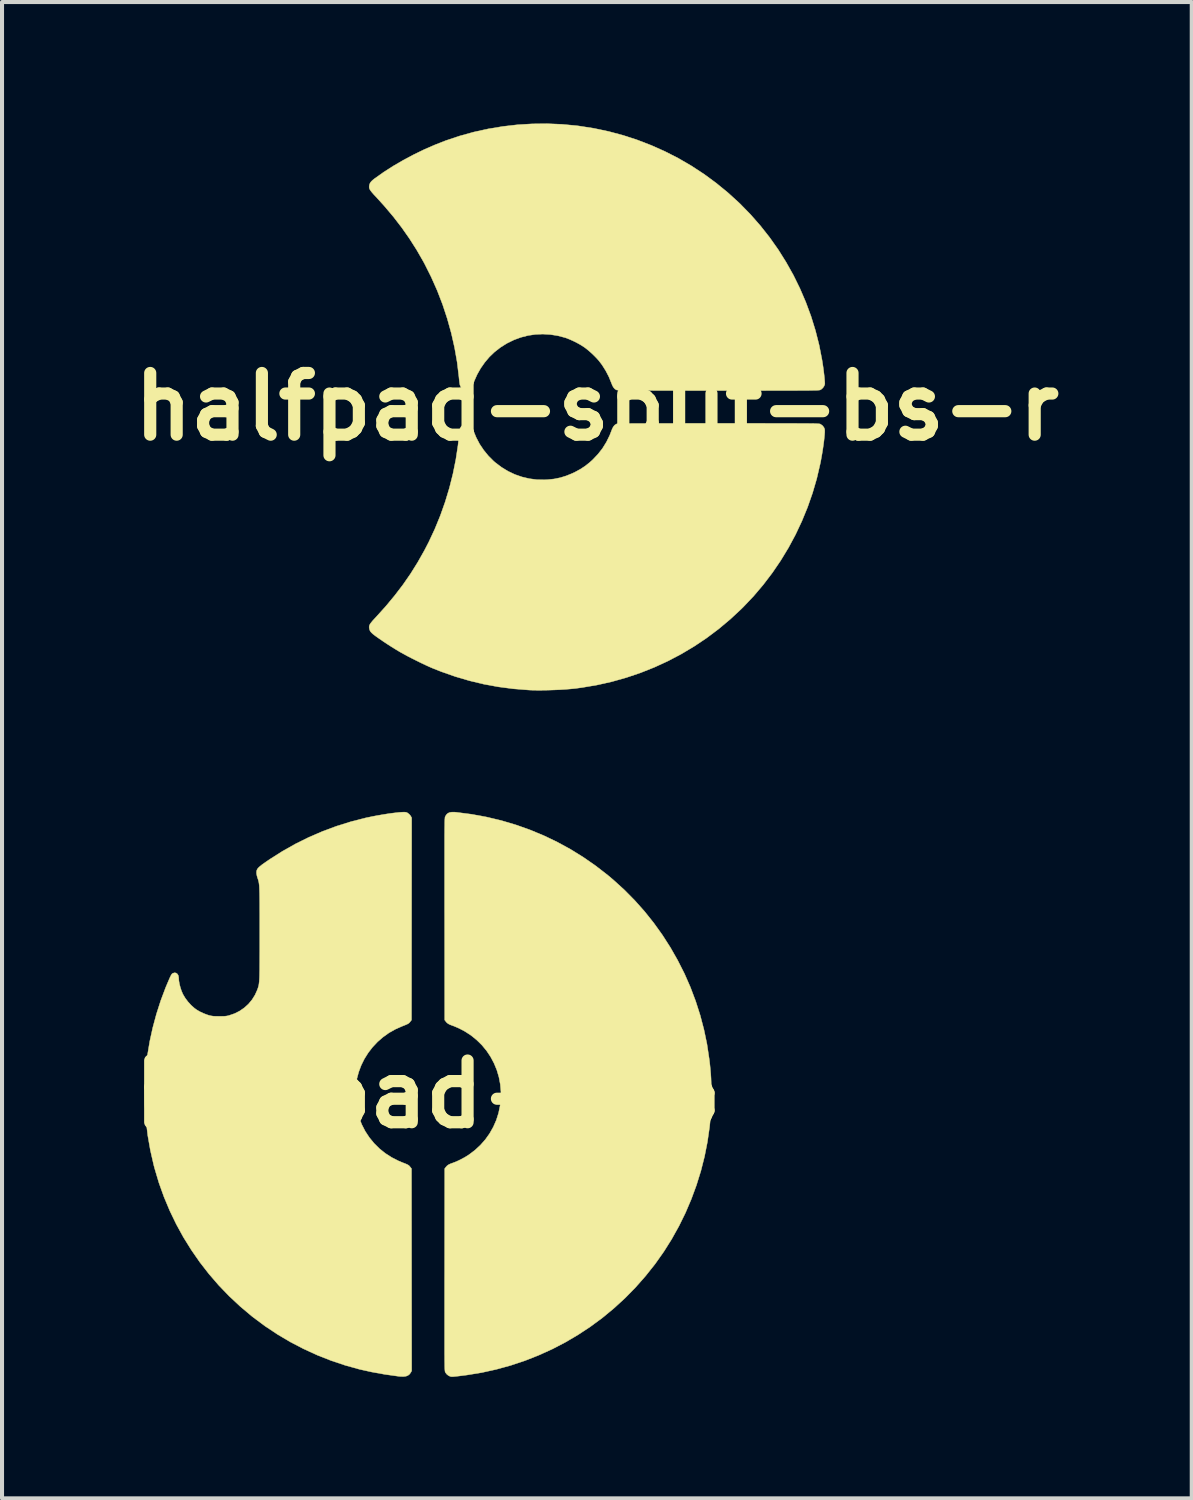
<source format=kicad_pcb>
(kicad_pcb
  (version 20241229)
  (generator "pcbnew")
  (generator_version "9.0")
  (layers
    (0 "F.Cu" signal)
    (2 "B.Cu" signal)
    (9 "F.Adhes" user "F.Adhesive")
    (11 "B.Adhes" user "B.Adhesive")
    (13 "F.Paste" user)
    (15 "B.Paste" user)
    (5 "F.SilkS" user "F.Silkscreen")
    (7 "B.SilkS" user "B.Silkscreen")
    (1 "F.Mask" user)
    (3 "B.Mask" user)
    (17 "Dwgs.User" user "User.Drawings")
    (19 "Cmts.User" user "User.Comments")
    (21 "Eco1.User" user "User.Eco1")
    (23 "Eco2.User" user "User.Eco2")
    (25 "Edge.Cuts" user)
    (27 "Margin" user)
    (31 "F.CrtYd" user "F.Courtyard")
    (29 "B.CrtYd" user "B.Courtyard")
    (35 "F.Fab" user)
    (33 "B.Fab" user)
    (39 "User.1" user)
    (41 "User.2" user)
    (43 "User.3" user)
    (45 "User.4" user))
  (footprint "halfpad-split-bs-r"
    (layer "F.Cu")
    (at 11.691 6.996)
    (property "Reference" "halfpad-split-bs-r" (at 0 0 0) (layer "F.SilkS") (effects (font (size 1.524 1.524) (thickness 0.3))))
    (attr through_hole)
    (fp_poly (pts (xy -0.864 -6.976) (xy -0.502 -6.942) (xy -0.446 -6.935) (xy -0.075 -6.877) (xy 0.29 -6.8) (xy 0.649 -6.704) (xy 1.001 -6.589) (xy 1.346 -6.456) (xy 1.684 -6.305) (xy 2.013 -6.137) (xy 2.333 -5.951) (xy 2.643 -5.748) (xy 2.943 -5.528) (xy 3.232 -5.292) (xy 3.51 -5.039) (xy 3.537 -5.013) (xy 3.795 -4.749) (xy 4.038 -4.472) (xy 4.266 -4.183) (xy 4.478 -3.883) (xy 4.674 -3.571) (xy 4.854 -3.25) (xy 5.016 -2.92) (xy 5.161 -2.582) (xy 5.289 -2.236) (xy 5.398 -1.884) (xy 5.489 -1.526) (xy 5.56 -1.162) (xy 5.569 -1.106) (xy 5.581 -1.028) (xy 5.593 -0.948) (xy 5.603 -0.868) (xy 5.612 -0.791) (xy 5.62 -0.719) (xy 5.625 -0.657) (xy 5.629 -0.606) (xy 5.63 -0.57) (xy 5.629 -0.555) (xy 5.612 -0.511) (xy 5.583 -0.468) (xy 5.545 -0.433) (xy 5.525 -0.421) (xy 5.521 -0.418) (xy 5.516 -0.416) (xy 5.51 -0.415) (xy 5.501 -0.413) (xy 5.491 -0.411) (xy 5.476 -0.41) (xy 5.458 -0.409) (xy 5.434 -0.407) (xy 5.405 -0.406) (xy 5.369 -0.405) (xy 5.327 -0.405) (xy 5.276 -0.404) (xy 5.216 -0.403) (xy 5.147 -0.403) (xy 5.068 -0.402) (xy 4.978 -0.402) (xy 4.876 -0.401) (xy 4.762 -0.401) (xy 4.635 -0.401) (xy 4.493 -0.401) (xy 4.338 -0.401) (xy 4.166 -0.4) (xy 3.979 -0.4) (xy 3.774 -0.4) (xy 3.552 -0.4) (xy 3.312 -0.4) (xy 3.052 -0.4) (xy 3.002 -0.4) (xy 2.733 -0.4) (xy 2.483 -0.4) (xy 2.252 -0.4) (xy 2.038 -0.401) (xy 1.842 -0.401) (xy 1.662 -0.401) (xy 1.499 -0.401) (xy 1.35 -0.402) (xy 1.216 -0.402) (xy 1.096 -0.402) (xy 0.99 -0.403) (xy 0.895 -0.403) (xy 0.813 -0.404) (xy 0.741 -0.405) (xy 0.68 -0.406) (xy 0.629 -0.406) (xy 0.587 -0.407) (xy 0.553 -0.408) (xy 0.527 -0.41) (xy 0.508 -0.411) (xy 0.495 -0.412) (xy 0.488 -0.414) (xy 0.488 -0.414) (xy 0.447 -0.437) (xy 0.414 -0.473) (xy 0.384 -0.524) (xy 0.36 -0.584) (xy 0.298 -0.737) (xy 0.22 -0.888) (xy 0.13 -1.031) (xy 0.053 -1.133) (xy 0.002 -1.191) (xy -0.062 -1.257) (xy -0.131 -1.323) (xy -0.202 -1.386) (xy -0.269 -1.44) (xy -0.301 -1.464) (xy -0.377 -1.514) (xy -0.465 -1.565) (xy -0.56 -1.614) (xy -0.654 -1.657) (xy -0.742 -1.693) (xy -0.776 -1.705) (xy -0.961 -1.754) (xy -1.148 -1.784) (xy -1.334 -1.795) (xy -1.519 -1.787) (xy -1.701 -1.76) (xy -1.879 -1.714) (xy -2.052 -1.65) (xy -2.219 -1.568) (xy -2.379 -1.468) (xy -2.529 -1.351) (xy -2.531 -1.349) (xy -2.655 -1.23) (xy -2.769 -1.095) (xy -2.871 -0.949) (xy -2.958 -0.795) (xy -3.028 -0.637) (xy -3.043 -0.595) (xy -3.068 -0.531) (xy -3.093 -0.484) (xy -3.12 -0.45) (xy -3.152 -0.427) (xy -3.166 -0.419) (xy -3.205 -0.405) (xy -3.236 -0.403) (xy -3.268 -0.413) (xy -3.284 -0.42) (xy -3.33 -0.454) (xy -3.365 -0.499) (xy -3.382 -0.538) (xy -3.386 -0.561) (xy -3.392 -0.599) (xy -3.398 -0.648) (xy -3.404 -0.705) (xy -3.408 -0.745) (xy -3.451 -1.102) (xy -3.514 -1.46) (xy -3.595 -1.818) (xy -3.694 -2.174) (xy -3.81 -2.526) (xy -3.943 -2.871) (xy -4.093 -3.208) (xy -4.257 -3.535) (xy -4.286 -3.588) (xy -4.452 -3.877) (xy -4.63 -4.156) (xy -4.821 -4.428) (xy -5.026 -4.694) (xy -5.248 -4.957) (xy -5.45 -5.18) (xy -5.507 -5.24) (xy -5.55 -5.289) (xy -5.582 -5.329) (xy -5.604 -5.362) (xy -5.617 -5.39) (xy -5.623 -5.416) (xy -5.623 -5.442) (xy -5.621 -5.461) (xy -5.612 -5.499) (xy -5.597 -5.531) (xy -5.573 -5.563) (xy -5.538 -5.597) (xy -5.488 -5.637) (xy -5.48 -5.642) (xy -5.263 -5.796) (xy -5.029 -5.946) (xy -4.781 -6.09) (xy -4.524 -6.227) (xy -4.261 -6.355) (xy -3.994 -6.471) (xy -3.731 -6.574) (xy -3.389 -6.688) (xy -3.039 -6.785) (xy -2.684 -6.863) (xy -2.324 -6.923) (xy -1.96 -6.965) (xy -1.595 -6.987) (xy -1.229 -6.991) (xy -0.864 -6.976)) (stroke (width 0.01) (type solid)) (fill yes) (layer "F.SilkS"))
    (fp_poly (pts (xy 3.266 0.41) (xy 3.51 0.41) (xy 3.735 0.41) (xy 3.943 0.41) (xy 4.133 0.41) (xy 4.307 0.411) (xy 4.466 0.411) (xy 4.61 0.411) (xy 4.74 0.411) (xy 4.857 0.411) (xy 4.961 0.412) (xy 5.053 0.412) (xy 5.134 0.413) (xy 5.205 0.413) (xy 5.266 0.414) (xy 5.318 0.415) (xy 5.363 0.415) (xy 5.4 0.416) (xy 5.43 0.417) (xy 5.454 0.419) (xy 5.474 0.42) (xy 5.489 0.421) (xy 5.5 0.423) (xy 5.509 0.424) (xy 5.515 0.426) (xy 5.52 0.428) (xy 5.523 0.43) (xy 5.573 0.465) (xy 5.609 0.512) (xy 5.625 0.552) (xy 5.628 0.58) (xy 5.628 0.626) (xy 5.624 0.687) (xy 5.617 0.761) (xy 5.608 0.845) (xy 5.596 0.937) (xy 5.582 1.034) (xy 5.566 1.136) (xy 5.548 1.238) (xy 5.53 1.339) (xy 5.514 1.416) (xy 5.43 1.777) (xy 5.326 2.132) (xy 5.204 2.481) (xy 5.064 2.822) (xy 4.907 3.156) (xy 4.733 3.48) (xy 4.542 3.795) (xy 4.335 4.099) (xy 4.112 4.392) (xy 3.874 4.673) (xy 3.621 4.94) (xy 3.571 4.99) (xy 3.296 5.246) (xy 3.01 5.486) (xy 2.712 5.71) (xy 2.404 5.916) (xy 2.086 6.106) (xy 1.759 6.278) (xy 1.423 6.433) (xy 1.079 6.57) (xy 0.727 6.689) (xy 0.368 6.79) (xy 0.003 6.872) (xy -0.369 6.935) (xy -0.524 6.956) (xy -0.642 6.968) (xy -0.774 6.979) (xy -0.916 6.988) (xy -1.064 6.994) (xy -1.212 6.999) (xy -1.357 7.001) (xy -1.494 7.001) (xy -1.619 6.999) (xy -1.691 6.995) (xy -2.066 6.965) (xy -2.433 6.917) (xy -2.793 6.851) (xy -3.147 6.766) (xy -3.497 6.663) (xy -3.845 6.541) (xy -4.049 6.46) (xy -4.133 6.424) (xy -4.231 6.379) (xy -4.337 6.329) (xy -4.448 6.274) (xy -4.56 6.218) (xy -4.667 6.163) (xy -4.766 6.109) (xy -4.853 6.061) (xy -4.874 6.049) (xy -4.967 5.993) (xy -5.069 5.93) (xy -5.173 5.863) (xy -5.276 5.795) (xy -5.372 5.729) (xy -5.457 5.669) (xy -5.48 5.652) (xy -5.532 5.612) (xy -5.569 5.577) (xy -5.595 5.546) (xy -5.611 5.513) (xy -5.62 5.476) (xy -5.621 5.471) (xy -5.624 5.444) (xy -5.622 5.418) (xy -5.614 5.392) (xy -5.598 5.362) (xy -5.573 5.328) (xy -5.538 5.285) (xy -5.49 5.233) (xy -5.45 5.19) (xy -5.212 4.926) (xy -4.993 4.662) (xy -4.789 4.395) (xy -4.6 4.122) (xy -4.424 3.84) (xy -4.259 3.548) (xy -4.154 3.345) (xy -4.004 3.024) (xy -3.868 2.692) (xy -3.747 2.351) (xy -3.642 2.004) (xy -3.554 1.654) (xy -3.483 1.303) (xy -3.43 0.953) (xy -3.408 0.755) (xy -3.402 0.696) (xy -3.396 0.641) (xy -3.39 0.594) (xy -3.385 0.561) (xy -3.382 0.548) (xy -3.36 0.501) (xy -3.323 0.459) (xy -3.277 0.427) (xy -3.273 0.426) (xy -3.244 0.414) (xy -3.22 0.413) (xy -3.19 0.42) (xy -3.143 0.442) (xy -3.104 0.479) (xy -3.072 0.533) (xy -3.049 0.591) (xy -2.981 0.758) (xy -2.896 0.92) (xy -2.794 1.072) (xy -2.678 1.214) (xy -2.549 1.343) (xy -2.509 1.377) (xy -2.356 1.493) (xy -2.194 1.592) (xy -2.025 1.672) (xy -1.849 1.733) (xy -1.668 1.776) (xy -1.483 1.8) (xy -1.293 1.804) (xy -1.217 1.8) (xy -1.056 1.783) (xy -0.904 1.752) (xy -0.756 1.706) (xy -0.606 1.645) (xy -0.535 1.611) (xy -0.405 1.54) (xy -0.288 1.463) (xy -0.177 1.375) (xy -0.103 1.308) (xy 0.028 1.17) (xy 0.141 1.025) (xy 0.236 0.871) (xy 0.316 0.708) (xy 0.356 0.605) (xy 0.382 0.539) (xy 0.409 0.49) (xy 0.439 0.454) (xy 0.474 0.43) (xy 0.488 0.424) (xy 0.494 0.422) (xy 0.505 0.421) (xy 0.523 0.42) (xy 0.548 0.419) (xy 0.581 0.418) (xy 0.621 0.417) (xy 0.671 0.416) (xy 0.73 0.415) (xy 0.8 0.414) (xy 0.881 0.413) (xy 0.973 0.413) (xy 1.078 0.412) (xy 1.195 0.412) (xy 1.327 0.412) (xy 1.473 0.411) (xy 1.634 0.411) (xy 1.811 0.411) (xy 2.004 0.411) (xy 2.215 0.41) (xy 2.443 0.41) (xy 2.69 0.41) (xy 2.956 0.41) (xy 3.002 0.41) (xy 3.266 0.41)) (stroke (width 0.01) (type solid)) (fill yes) (layer "F.SilkS")))
  (footprint "halfpad-usb"
    (layer "F.Cu")
    (at 7.518 23.977)
    (property "Reference" "halfpad-usb" (at 0 0 0) (layer "F.SilkS") (effects (font (size 1.524 1.524) (thickness 0.3))))
    (attr through_hole)
    (fp_poly (pts (xy 0.664 -6.969) (xy 0.699 -6.966) (xy 1.077 -6.917) (xy 1.448 -6.849) (xy 1.813 -6.762) (xy 2.17 -6.656) (xy 2.52 -6.532) (xy 2.862 -6.39) (xy 3.196 -6.23) (xy 3.522 -6.052) (xy 3.838 -5.856) (xy 4.146 -5.642) (xy 4.444 -5.411) (xy 4.578 -5.298) (xy 4.85 -5.051) (xy 5.108 -4.79) (xy 5.352 -4.516) (xy 5.58 -4.23) (xy 5.793 -3.933) (xy 5.99 -3.625) (xy 6.171 -3.307) (xy 6.336 -2.981) (xy 6.483 -2.646) (xy 6.612 -2.304) (xy 6.724 -1.955) (xy 6.817 -1.601) (xy 6.892 -1.242) (xy 6.947 -0.878) (xy 6.955 -0.816) (xy 6.968 -0.699) (xy 6.978 -0.594) (xy 6.986 -0.497) (xy 6.992 -0.402) (xy 6.996 -0.304) (xy 6.998 -0.199) (xy 6.999 -0.081) (xy 6.999 0) (xy 6.999 0.127) (xy 6.997 0.239) (xy 6.994 0.341) (xy 6.99 0.437) (xy 6.983 0.533) (xy 6.974 0.633) (xy 6.963 0.741) (xy 6.955 0.816) (xy 6.903 1.177) (xy 6.832 1.536) (xy 6.742 1.891) (xy 6.633 2.242) (xy 6.506 2.587) (xy 6.362 2.925) (xy 6.2 3.255) (xy 6.021 3.576) (xy 5.826 3.886) (xy 5.615 4.185) (xy 5.605 4.198) (xy 5.372 4.491) (xy 5.126 4.77) (xy 4.866 5.035) (xy 4.594 5.284) (xy 4.311 5.518) (xy 4.016 5.736) (xy 3.71 5.938) (xy 3.394 6.124) (xy 3.069 6.293) (xy 2.736 6.444) (xy 2.394 6.579) (xy 2.045 6.695) (xy 1.689 6.793) (xy 1.327 6.873) (xy 0.959 6.933) (xy 0.786 6.955) (xy 0.718 6.963) (xy 0.668 6.968) (xy 0.631 6.972) (xy 0.604 6.973) (xy 0.585 6.973) (xy 0.571 6.972) (xy 0.558 6.968) (xy 0.547 6.965) (xy 0.504 6.944) (xy 0.463 6.91) (xy 0.432 6.869) (xy 0.43 6.865) (xy 0.428 6.861) (xy 0.426 6.856) (xy 0.424 6.85) (xy 0.423 6.841) (xy 0.421 6.83) (xy 0.42 6.816) (xy 0.418 6.797) (xy 0.417 6.773) (xy 0.416 6.743) (xy 0.415 6.706) (xy 0.415 6.663) (xy 0.414 6.611) (xy 0.413 6.551) (xy 0.413 6.481) (xy 0.412 6.401) (xy 0.412 6.31) (xy 0.412 6.207) (xy 0.412 6.092) (xy 0.412 5.963) (xy 0.412 5.821) (xy 0.412 5.663) (xy 0.412 5.491) (xy 0.412 5.302) (xy 0.412 5.096) (xy 0.412 4.873) (xy 0.412 4.631) (xy 0.413 4.37) (xy 0.413 4.33) (xy 0.415 1.835) (xy 0.444 1.797) (xy 0.474 1.764) (xy 0.51 1.738) (xy 0.556 1.716) (xy 0.6 1.7) (xy 0.672 1.673) (xy 0.754 1.637) (xy 0.84 1.594) (xy 0.923 1.548) (xy 0.999 1.501) (xy 1.005 1.497) (xy 1.157 1.383) (xy 1.295 1.256) (xy 1.418 1.117) (xy 1.525 0.966) (xy 1.616 0.805) (xy 1.69 0.636) (xy 1.746 0.459) (xy 1.784 0.275) (xy 1.8 0.126) (xy 1.804 -0.062) (xy 1.788 -0.246) (xy 1.754 -0.426) (xy 1.702 -0.601) (xy 1.633 -0.768) (xy 1.548 -0.928) (xy 1.448 -1.078) (xy 1.333 -1.217) (xy 1.203 -1.344) (xy 1.061 -1.459) (xy 0.906 -1.559) (xy 0.778 -1.626) (xy 0.727 -1.649) (xy 0.675 -1.671) (xy 0.629 -1.69) (xy 0.6 -1.7) (xy 0.542 -1.722) (xy 0.499 -1.745) (xy 0.465 -1.772) (xy 0.444 -1.797) (xy 0.415 -1.835) (xy 0.413 -4.33) (xy 0.412 -4.594) (xy 0.412 -4.839) (xy 0.412 -5.065) (xy 0.412 -5.273) (xy 0.412 -5.465) (xy 0.412 -5.64) (xy 0.412 -5.799) (xy 0.412 -5.944) (xy 0.412 -6.074) (xy 0.412 -6.191) (xy 0.412 -6.296) (xy 0.412 -6.389) (xy 0.413 -6.47) (xy 0.413 -6.542) (xy 0.414 -6.603) (xy 0.415 -6.656) (xy 0.415 -6.701) (xy 0.416 -6.738) (xy 0.417 -6.769) (xy 0.418 -6.794) (xy 0.42 -6.813) (xy 0.421 -6.829) (xy 0.422 -6.84) (xy 0.424 -6.849) (xy 0.426 -6.855) (xy 0.428 -6.86) (xy 0.43 -6.864) (xy 0.458 -6.909) (xy 0.493 -6.941) (xy 0.537 -6.961) (xy 0.593 -6.97) (xy 0.664 -6.969)) (stroke (width 0.01) (type solid)) (fill yes) (layer "F.SilkS"))
    (fp_poly (pts (xy -0.544 -6.967) (xy -0.522 -6.96) (xy -0.501 -6.949) (xy -0.489 -6.94) (xy -0.458 -6.914) (xy -0.431 -6.883) (xy -0.423 -6.87) (xy -0.401 -6.83) (xy -0.403 -4.333) (xy -0.405 -1.835) (xy -0.434 -1.798) (xy -0.451 -1.776) (xy -0.469 -1.759) (xy -0.49 -1.744) (xy -0.52 -1.729) (xy -0.56 -1.712) (xy -0.615 -1.69) (xy -0.626 -1.686) (xy -0.799 -1.61) (xy -0.961 -1.519) (xy -1.109 -1.413) (xy -1.245 -1.295) (xy -1.367 -1.165) (xy -1.475 -1.025) (xy -1.569 -0.875) (xy -1.647 -0.717) (xy -1.709 -0.552) (xy -1.755 -0.381) (xy -1.784 -0.206) (xy -1.795 -0.027) (xy -1.788 0.154) (xy -1.763 0.336) (xy -1.718 0.519) (xy -1.701 0.573) (xy -1.632 0.748) (xy -1.547 0.914) (xy -1.445 1.068) (xy -1.328 1.211) (xy -1.197 1.341) (xy -1.052 1.457) (xy -0.895 1.558) (xy -0.727 1.644) (xy -0.626 1.686) (xy -0.568 1.708) (xy -0.526 1.726) (xy -0.495 1.741) (xy -0.472 1.756) (xy -0.454 1.773) (xy -0.437 1.794) (xy -0.434 1.798) (xy -0.405 1.835) (xy -0.403 4.333) (xy -0.401 6.83) (xy -0.423 6.87) (xy -0.454 6.913) (xy -0.493 6.943) (xy -0.541 6.962) (xy -0.602 6.97) (xy -0.677 6.968) (xy -0.716 6.965) (xy -1.06 6.917) (xy -1.392 6.857) (xy -1.689 6.791) (xy -2.042 6.693) (xy -2.391 6.576) (xy -2.733 6.441) (xy -3.069 6.287) (xy -3.396 6.117) (xy -3.714 5.929) (xy -4.021 5.725) (xy -4.316 5.505) (xy -4.351 5.478) (xy -4.636 5.238) (xy -4.908 4.984) (xy -5.165 4.717) (xy -5.407 4.437) (xy -5.633 4.146) (xy -5.843 3.843) (xy -6.038 3.53) (xy -6.215 3.207) (xy -6.375 2.875) (xy -6.518 2.534) (xy -6.643 2.186) (xy -6.749 1.83) (xy -6.77 1.751) (xy -6.854 1.384) (xy -6.919 1.015) (xy -6.963 0.646) (xy -6.988 0.276) (xy -6.992 -0.095) (xy -6.977 -0.468) (xy -6.942 -0.843) (xy -6.925 -0.976) (xy -6.869 -1.311) (xy -6.795 -1.648) (xy -6.704 -1.985) (xy -6.597 -2.318) (xy -6.474 -2.645) (xy -6.393 -2.835) (xy -6.368 -2.892) (xy -6.348 -2.932) (xy -6.332 -2.96) (xy -6.318 -2.977) (xy -6.305 -2.987) (xy -6.304 -2.988) (xy -6.26 -3.002) (xy -6.221 -2.997) (xy -6.19 -2.976) (xy -6.167 -2.941) (xy -6.156 -2.893) (xy -6.155 -2.874) (xy -6.15 -2.805) (xy -6.136 -2.724) (xy -6.114 -2.64) (xy -6.087 -2.557) (xy -6.055 -2.482) (xy -6.05 -2.472) (xy -5.995 -2.379) (xy -5.927 -2.288) (xy -5.849 -2.202) (xy -5.766 -2.128) (xy -5.711 -2.088) (xy -5.633 -2.042) (xy -5.543 -2) (xy -5.452 -1.965) (xy -5.404 -1.95) (xy -5.368 -1.941) (xy -5.334 -1.935) (xy -5.297 -1.93) (xy -5.252 -1.928) (xy -5.195 -1.927) (xy -5.154 -1.927) (xy -5.088 -1.927) (xy -5.037 -1.928) (xy -4.997 -1.931) (xy -4.962 -1.936) (xy -4.928 -1.943) (xy -4.904 -1.95) (xy -4.771 -1.996) (xy -4.647 -2.059) (xy -4.533 -2.138) (xy -4.431 -2.231) (xy -4.343 -2.337) (xy -4.27 -2.454) (xy -4.217 -2.571) (xy -4.208 -2.596) (xy -4.199 -2.619) (xy -4.192 -2.642) (xy -4.185 -2.664) (xy -4.179 -2.689) (xy -4.174 -2.716) (xy -4.17 -2.747) (xy -4.166 -2.783) (xy -4.163 -2.825) (xy -4.16 -2.875) (xy -4.158 -2.934) (xy -4.157 -3.002) (xy -4.155 -3.082) (xy -4.155 -3.173) (xy -4.154 -3.278) (xy -4.154 -3.398) (xy -4.153 -3.533) (xy -4.153 -3.685) (xy -4.153 -3.856) (xy -4.153 -3.968) (xy -4.153 -4.15) (xy -4.153 -4.312) (xy -4.153 -4.457) (xy -4.154 -4.586) (xy -4.154 -4.699) (xy -4.155 -4.799) (xy -4.156 -4.885) (xy -4.157 -4.959) (xy -4.159 -5.023) (xy -4.161 -5.078) (xy -4.163 -5.124) (xy -4.166 -5.164) (xy -4.17 -5.197) (xy -4.174 -5.226) (xy -4.179 -5.252) (xy -4.185 -5.275) (xy -4.191 -5.297) (xy -4.198 -5.319) (xy -4.206 -5.342) (xy -4.209 -5.349) (xy -4.223 -5.401) (xy -4.232 -5.451) (xy -4.233 -5.476) (xy -4.232 -5.504) (xy -4.227 -5.529) (xy -4.217 -5.554) (xy -4.201 -5.579) (xy -4.176 -5.606) (xy -4.142 -5.636) (xy -4.097 -5.672) (xy -4.039 -5.713) (xy -3.967 -5.763) (xy -3.895 -5.812) (xy -3.585 -6.008) (xy -3.265 -6.188) (xy -2.935 -6.351) (xy -2.596 -6.497) (xy -2.251 -6.625) (xy -1.901 -6.734) (xy -1.547 -6.825) (xy -1.476 -6.84) (xy -1.362 -6.864) (xy -1.245 -6.886) (xy -1.128 -6.906) (xy -1.013 -6.925) (xy -0.904 -6.941) (xy -0.803 -6.953) (xy -0.715 -6.963) (xy -0.642 -6.968) (xy -0.614 -6.969) (xy -0.572 -6.969) (xy -0.544 -6.967)) (stroke (width 0.01) (type solid)) (fill yes) (layer "F.SilkS")))
  (gr_rect
    (start -3 -3)
    (end 26.383 33.956)
    (stroke (width 0.1) (type default))
    (fill no)
    (layer "Edge.Cuts")))
</source>
